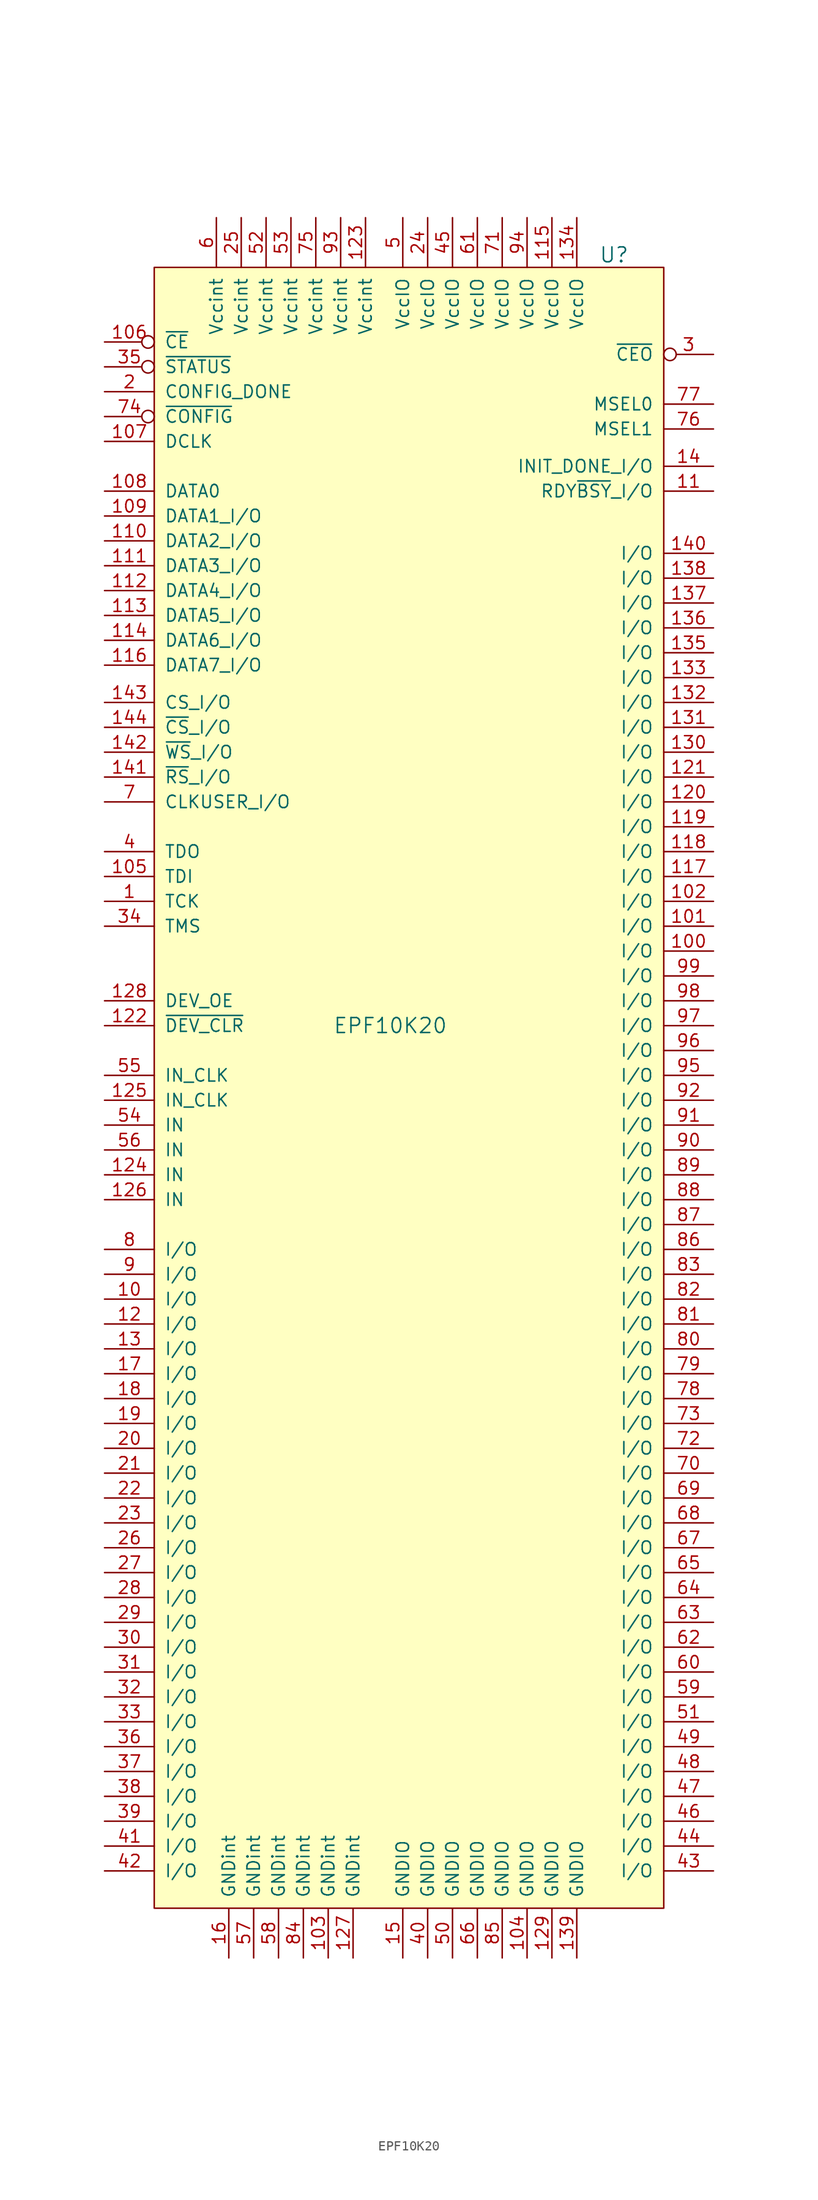
<source format=kicad_sym>
(kicad_symbol_lib
  (version 20220914)
  (generator kicad_symbol_editor)
  (symbol "EPF10K20"
    (pin_names
      (offset 1.016))
    (property "Reference" "U"
      (at 21.59 90.17 0)
      (effects (font (size 1.524 1.524))))
    (property "Value" "EPF10K20"
      (at -1.27 11.43 0)
      (effects (font (size 1.524 1.524))))
    (property "Footprint" ""
      (at -10.16 49.53 0)
      (effects (font (size 1.524 1.524))))
    (property "Datasheet" ""
      (at -10.16 49.53 0)
      (effects (font (size 1.524 1.524))))
    (symbol "EPF10K20_0_1"
      (rectangle (start -25.4 88.9) (end 26.67 -78.74) (stroke (width 0) (type default)) (fill (type background))))
    (symbol "EPF10K20_1_1"
      (pin input line (at -30.48 24.13 0) (length 5.08) (name "TCK" (effects (font (size 1.27 1.27)))) (number "1" (effects (font (size 1.27 1.27)))))
      (pin bidirectional line (at -30.48 -16.51 0) (length 5.08) (name "I/O" (effects (font (size 1.27 1.27)))) (number "10" (effects (font (size 1.27 1.27)))))
      (pin bidirectional line (at 31.75 19.05 180) (length 5.08) (name "I/O" (effects (font (size 1.27 1.27)))) (number "100" (effects (font (size 1.27 1.27)))))
      (pin bidirectional line (at 31.75 21.59 180) (length 5.08) (name "I/O" (effects (font (size 1.27 1.27)))) (number "101" (effects (font (size 1.27 1.27)))))
      (pin bidirectional line (at 31.75 24.13 180) (length 5.08) (name "I/O" (effects (font (size 1.27 1.27)))) (number "102" (effects (font (size 1.27 1.27)))))
      (pin power_in line (at -7.62 -83.82 90) (length 5.08) (name "GNDint" (effects (font (size 1.27 1.27)))) (number "103" (effects (font (size 1.27 1.27)))))
      (pin power_in line (at 12.7 -83.82 90) (length 5.08) (name "GNDIO" (effects (font (size 1.27 1.27)))) (number "104" (effects (font (size 1.27 1.27)))))
      (pin input line (at -30.48 26.67 0) (length 5.08) (name "TDI" (effects (font (size 1.27 1.27)))) (number "105" (effects (font (size 1.27 1.27)))))
      (pin input inverted (at -30.48 81.28 0) (length 5.08) (name "~{CE}" (effects (font (size 1.27 1.27)))) (number "106" (effects (font (size 1.27 1.27)))))
      (pin input line (at -30.48 71.12 0) (length 5.08) (name "DCLK" (effects (font (size 1.27 1.27)))) (number "107" (effects (font (size 1.27 1.27)))))
      (pin input line (at -30.48 66.04 0) (length 5.08) (name "DATA0" (effects (font (size 1.27 1.27)))) (number "108" (effects (font (size 1.27 1.27)))))
      (pin bidirectional line (at -30.48 63.5 0) (length 5.08) (name "DATA1_I/O" (effects (font (size 1.27 1.27)))) (number "109" (effects (font (size 1.27 1.27)))))
      (pin bidirectional line (at 31.75 66.04 180) (length 5.08) (name "RDY~{BSY}_I/O" (effects (font (size 1.27 1.27)))) (number "11" (effects (font (size 1.27 1.27)))))
      (pin bidirectional line (at -30.48 60.96 0) (length 5.08) (name "DATA2_I/O" (effects (font (size 1.27 1.27)))) (number "110" (effects (font (size 1.27 1.27)))))
      (pin bidirectional line (at -30.48 58.42 0) (length 5.08) (name "DATA3_I/O" (effects (font (size 1.27 1.27)))) (number "111" (effects (font (size 1.27 1.27)))))
      (pin bidirectional line (at -30.48 55.88 0) (length 5.08) (name "DATA4_I/O" (effects (font (size 1.27 1.27)))) (number "112" (effects (font (size 1.27 1.27)))))
      (pin bidirectional line (at -30.48 53.34 0) (length 5.08) (name "DATA5_I/O" (effects (font (size 1.27 1.27)))) (number "113" (effects (font (size 1.27 1.27)))))
      (pin bidirectional line (at -30.48 50.8 0) (length 5.08) (name "DATA6_I/O" (effects (font (size 1.27 1.27)))) (number "114" (effects (font (size 1.27 1.27)))))
      (pin power_in line (at 15.24 93.98 270) (length 5.08) (name "VccIO" (effects (font (size 1.27 1.27)))) (number "115" (effects (font (size 1.27 1.27)))))
      (pin bidirectional line (at -30.48 48.26 0) (length 5.08) (name "DATA7_I/O" (effects (font (size 1.27 1.27)))) (number "116" (effects (font (size 1.27 1.27)))))
      (pin bidirectional line (at 31.75 26.67 180) (length 5.08) (name "I/O" (effects (font (size 1.27 1.27)))) (number "117" (effects (font (size 1.27 1.27)))))
      (pin bidirectional line (at 31.75 29.21 180) (length 5.08) (name "I/O" (effects (font (size 1.27 1.27)))) (number "118" (effects (font (size 1.27 1.27)))))
      (pin bidirectional line (at 31.75 31.75 180) (length 5.08) (name "I/O" (effects (font (size 1.27 1.27)))) (number "119" (effects (font (size 1.27 1.27)))))
      (pin bidirectional line (at -30.48 -19.05 0) (length 5.08) (name "I/O" (effects (font (size 1.27 1.27)))) (number "12" (effects (font (size 1.27 1.27)))))
      (pin bidirectional line (at 31.75 34.29 180) (length 5.08) (name "I/O" (effects (font (size 1.27 1.27)))) (number "120" (effects (font (size 1.27 1.27)))))
      (pin bidirectional line (at 31.75 36.83 180) (length 5.08) (name "I/O" (effects (font (size 1.27 1.27)))) (number "121" (effects (font (size 1.27 1.27)))))
      (pin bidirectional line (at -30.48 11.43 0) (length 5.08) (name "~{DEV_CLR}" (effects (font (size 1.27 1.27)))) (number "122" (effects (font (size 1.27 1.27)))))
      (pin power_in line (at -3.81 93.98 270) (length 5.08) (name "Vccint" (effects (font (size 1.27 1.27)))) (number "123" (effects (font (size 1.27 1.27)))))
      (pin input line (at -30.48 -3.81 0) (length 5.08) (name "IN" (effects (font (size 1.27 1.27)))) (number "124" (effects (font (size 1.27 1.27)))))
      (pin input line (at -30.48 3.81 0) (length 5.08) (name "IN_CLK" (effects (font (size 1.27 1.27)))) (number "125" (effects (font (size 1.27 1.27)))))
      (pin input line (at -30.48 -6.35 0) (length 5.08) (name "IN" (effects (font (size 1.27 1.27)))) (number "126" (effects (font (size 1.27 1.27)))))
      (pin power_in line (at -5.08 -83.82 90) (length 5.08) (name "GNDint" (effects (font (size 1.27 1.27)))) (number "127" (effects (font (size 1.27 1.27)))))
      (pin bidirectional line (at -30.48 13.97 0) (length 5.08) (name "DEV_OE" (effects (font (size 1.27 1.27)))) (number "128" (effects (font (size 1.27 1.27)))))
      (pin power_in line (at 15.24 -83.82 90) (length 5.08) (name "GNDIO" (effects (font (size 1.27 1.27)))) (number "129" (effects (font (size 1.27 1.27)))))
      (pin bidirectional line (at -30.48 -21.59 0) (length 5.08) (name "I/O" (effects (font (size 1.27 1.27)))) (number "13" (effects (font (size 1.27 1.27)))))
      (pin bidirectional line (at 31.75 39.37 180) (length 5.08) (name "I/O" (effects (font (size 1.27 1.27)))) (number "130" (effects (font (size 1.27 1.27)))))
      (pin bidirectional line (at 31.75 41.91 180) (length 5.08) (name "I/O" (effects (font (size 1.27 1.27)))) (number "131" (effects (font (size 1.27 1.27)))))
      (pin bidirectional line (at 31.75 44.45 180) (length 5.08) (name "I/O" (effects (font (size 1.27 1.27)))) (number "132" (effects (font (size 1.27 1.27)))))
      (pin bidirectional line (at 31.75 46.99 180) (length 5.08) (name "I/O" (effects (font (size 1.27 1.27)))) (number "133" (effects (font (size 1.27 1.27)))))
      (pin power_in line (at 17.78 93.98 270) (length 5.08) (name "VccIO" (effects (font (size 1.27 1.27)))) (number "134" (effects (font (size 1.27 1.27)))))
      (pin bidirectional line (at 31.75 49.53 180) (length 5.08) (name "I/O" (effects (font (size 1.27 1.27)))) (number "135" (effects (font (size 1.27 1.27)))))
      (pin bidirectional line (at 31.75 52.07 180) (length 5.08) (name "I/O" (effects (font (size 1.27 1.27)))) (number "136" (effects (font (size 1.27 1.27)))))
      (pin bidirectional line (at 31.75 54.61 180) (length 5.08) (name "I/O" (effects (font (size 1.27 1.27)))) (number "137" (effects (font (size 1.27 1.27)))))
      (pin bidirectional line (at 31.75 57.15 180) (length 5.08) (name "I/O" (effects (font (size 1.27 1.27)))) (number "138" (effects (font (size 1.27 1.27)))))
      (pin power_in line (at 17.78 -83.82 90) (length 5.08) (name "GNDIO" (effects (font (size 1.27 1.27)))) (number "139" (effects (font (size 1.27 1.27)))))
      (pin bidirectional line (at 31.75 68.58 180) (length 5.08) (name "INIT_DONE_I/O" (effects (font (size 1.27 1.27)))) (number "14" (effects (font (size 1.27 1.27)))))
      (pin bidirectional line (at 31.75 59.69 180) (length 5.08) (name "I/O" (effects (font (size 1.27 1.27)))) (number "140" (effects (font (size 1.27 1.27)))))
      (pin bidirectional line (at -30.48 36.83 0) (length 5.08) (name "~{RS}_I/O" (effects (font (size 1.27 1.27)))) (number "141" (effects (font (size 1.27 1.27)))))
      (pin bidirectional line (at -30.48 39.37 0) (length 5.08) (name "~{WS}_I/O" (effects (font (size 1.27 1.27)))) (number "142" (effects (font (size 1.27 1.27)))))
      (pin bidirectional line (at -30.48 44.45 0) (length 5.08) (name "CS_I/O" (effects (font (size 1.27 1.27)))) (number "143" (effects (font (size 1.27 1.27)))))
      (pin bidirectional line (at -30.48 41.91 0) (length 5.08) (name "~{CS}_I/O" (effects (font (size 1.27 1.27)))) (number "144" (effects (font (size 1.27 1.27)))))
      (pin power_in line (at 0 -83.82 90) (length 5.08) (name "GNDIO" (effects (font (size 1.27 1.27)))) (number "15" (effects (font (size 1.27 1.27)))))
      (pin power_in line (at -17.78 -83.82 90) (length 5.08) (name "GNDint" (effects (font (size 1.27 1.27)))) (number "16" (effects (font (size 1.27 1.27)))))
      (pin bidirectional line (at -30.48 -24.13 0) (length 5.08) (name "I/O" (effects (font (size 1.27 1.27)))) (number "17" (effects (font (size 1.27 1.27)))))
      (pin bidirectional line (at -30.48 -26.67 0) (length 5.08) (name "I/O" (effects (font (size 1.27 1.27)))) (number "18" (effects (font (size 1.27 1.27)))))
      (pin bidirectional line (at -30.48 -29.21 0) (length 5.08) (name "I/O" (effects (font (size 1.27 1.27)))) (number "19" (effects (font (size 1.27 1.27)))))
      (pin bidirectional line (at -30.48 76.2 0) (length 5.08) (name "CONFIG_DONE" (effects (font (size 1.27 1.27)))) (number "2" (effects (font (size 1.27 1.27)))))
      (pin bidirectional line (at -30.48 -31.75 0) (length 5.08) (name "I/O" (effects (font (size 1.27 1.27)))) (number "20" (effects (font (size 1.27 1.27)))))
      (pin bidirectional line (at -30.48 -34.29 0) (length 5.08) (name "I/O" (effects (font (size 1.27 1.27)))) (number "21" (effects (font (size 1.27 1.27)))))
      (pin bidirectional line (at -30.48 -36.83 0) (length 5.08) (name "I/O" (effects (font (size 1.27 1.27)))) (number "22" (effects (font (size 1.27 1.27)))))
      (pin bidirectional line (at -30.48 -39.37 0) (length 5.08) (name "I/O" (effects (font (size 1.27 1.27)))) (number "23" (effects (font (size 1.27 1.27)))))
      (pin power_in line (at 2.54 93.98 270) (length 5.08) (name "VccIO" (effects (font (size 1.27 1.27)))) (number "24" (effects (font (size 1.27 1.27)))))
      (pin power_in line (at -16.51 93.98 270) (length 5.08) (name "Vccint" (effects (font (size 1.27 1.27)))) (number "25" (effects (font (size 1.27 1.27)))))
      (pin bidirectional line (at -30.48 -41.91 0) (length 5.08) (name "I/O" (effects (font (size 1.27 1.27)))) (number "26" (effects (font (size 1.27 1.27)))))
      (pin bidirectional line (at -30.48 -44.45 0) (length 5.08) (name "I/O" (effects (font (size 1.27 1.27)))) (number "27" (effects (font (size 1.27 1.27)))))
      (pin bidirectional line (at -30.48 -46.99 0) (length 5.08) (name "I/O" (effects (font (size 1.27 1.27)))) (number "28" (effects (font (size 1.27 1.27)))))
      (pin bidirectional line (at -30.48 -49.53 0) (length 5.08) (name "I/O" (effects (font (size 1.27 1.27)))) (number "29" (effects (font (size 1.27 1.27)))))
      (pin output inverted (at 31.75 80.01 180) (length 5.08) (name "~{CEO}" (effects (font (size 1.27 1.27)))) (number "3" (effects (font (size 1.27 1.27)))))
      (pin bidirectional line (at -30.48 -52.07 0) (length 5.08) (name "I/O" (effects (font (size 1.27 1.27)))) (number "30" (effects (font (size 1.27 1.27)))))
      (pin bidirectional line (at -30.48 -54.61 0) (length 5.08) (name "I/O" (effects (font (size 1.27 1.27)))) (number "31" (effects (font (size 1.27 1.27)))))
      (pin bidirectional line (at -30.48 -57.15 0) (length 5.08) (name "I/O" (effects (font (size 1.27 1.27)))) (number "32" (effects (font (size 1.27 1.27)))))
      (pin bidirectional line (at -30.48 -59.69 0) (length 5.08) (name "I/O" (effects (font (size 1.27 1.27)))) (number "33" (effects (font (size 1.27 1.27)))))
      (pin input line (at -30.48 21.59 0) (length 5.08) (name "TMS" (effects (font (size 1.27 1.27)))) (number "34" (effects (font (size 1.27 1.27)))))
      (pin input inverted (at -30.48 78.74 0) (length 5.08) (name "~{STATUS}" (effects (font (size 1.27 1.27)))) (number "35" (effects (font (size 1.27 1.27)))))
      (pin bidirectional line (at -30.48 -62.23 0) (length 5.08) (name "I/O" (effects (font (size 1.27 1.27)))) (number "36" (effects (font (size 1.27 1.27)))))
      (pin bidirectional line (at -30.48 -64.77 0) (length 5.08) (name "I/O" (effects (font (size 1.27 1.27)))) (number "37" (effects (font (size 1.27 1.27)))))
      (pin bidirectional line (at -30.48 -67.31 0) (length 5.08) (name "I/O" (effects (font (size 1.27 1.27)))) (number "38" (effects (font (size 1.27 1.27)))))
      (pin bidirectional line (at -30.48 -69.85 0) (length 5.08) (name "I/O" (effects (font (size 1.27 1.27)))) (number "39" (effects (font (size 1.27 1.27)))))
      (pin output line (at -30.48 29.21 0) (length 5.08) (name "TDO" (effects (font (size 1.27 1.27)))) (number "4" (effects (font (size 1.27 1.27)))))
      (pin power_in line (at 2.54 -83.82 90) (length 5.08) (name "GNDIO" (effects (font (size 1.27 1.27)))) (number "40" (effects (font (size 1.27 1.27)))))
      (pin bidirectional line (at -30.48 -72.39 0) (length 5.08) (name "I/O" (effects (font (size 1.27 1.27)))) (number "41" (effects (font (size 1.27 1.27)))))
      (pin bidirectional line (at -30.48 -74.93 0) (length 5.08) (name "I/O" (effects (font (size 1.27 1.27)))) (number "42" (effects (font (size 1.27 1.27)))))
      (pin bidirectional line (at 31.75 -74.93 180) (length 5.08) (name "I/O" (effects (font (size 1.27 1.27)))) (number "43" (effects (font (size 1.27 1.27)))))
      (pin bidirectional line (at 31.75 -72.39 180) (length 5.08) (name "I/O" (effects (font (size 1.27 1.27)))) (number "44" (effects (font (size 1.27 1.27)))))
      (pin power_in line (at 5.08 93.98 270) (length 5.08) (name "VccIO" (effects (font (size 1.27 1.27)))) (number "45" (effects (font (size 1.27 1.27)))))
      (pin bidirectional line (at 31.75 -69.85 180) (length 5.08) (name "I/O" (effects (font (size 1.27 1.27)))) (number "46" (effects (font (size 1.27 1.27)))))
      (pin bidirectional line (at 31.75 -67.31 180) (length 5.08) (name "I/O" (effects (font (size 1.27 1.27)))) (number "47" (effects (font (size 1.27 1.27)))))
      (pin bidirectional line (at 31.75 -64.77 180) (length 5.08) (name "I/O" (effects (font (size 1.27 1.27)))) (number "48" (effects (font (size 1.27 1.27)))))
      (pin bidirectional line (at 31.75 -62.23 180) (length 5.08) (name "I/O" (effects (font (size 1.27 1.27)))) (number "49" (effects (font (size 1.27 1.27)))))
      (pin power_in line (at 0 93.98 270) (length 5.08) (name "VccIO" (effects (font (size 1.27 1.27)))) (number "5" (effects (font (size 1.27 1.27)))))
      (pin power_in line (at 5.08 -83.82 90) (length 5.08) (name "GNDIO" (effects (font (size 1.27 1.27)))) (number "50" (effects (font (size 1.27 1.27)))))
      (pin bidirectional line (at 31.75 -59.69 180) (length 5.08) (name "I/O" (effects (font (size 1.27 1.27)))) (number "51" (effects (font (size 1.27 1.27)))))
      (pin power_in line (at -13.97 93.98 270) (length 5.08) (name "Vccint" (effects (font (size 1.27 1.27)))) (number "52" (effects (font (size 1.27 1.27)))))
      (pin power_in line (at -11.43 93.98 270) (length 5.08) (name "Vccint" (effects (font (size 1.27 1.27)))) (number "53" (effects (font (size 1.27 1.27)))))
      (pin input line (at -30.48 1.27 0) (length 5.08) (name "IN" (effects (font (size 1.27 1.27)))) (number "54" (effects (font (size 1.27 1.27)))))
      (pin input line (at -30.48 6.35 0) (length 5.08) (name "IN_CLK" (effects (font (size 1.27 1.27)))) (number "55" (effects (font (size 1.27 1.27)))))
      (pin input line (at -30.48 -1.27 0) (length 5.08) (name "IN" (effects (font (size 1.27 1.27)))) (number "56" (effects (font (size 1.27 1.27)))))
      (pin power_in line (at -15.24 -83.82 90) (length 5.08) (name "GNDint" (effects (font (size 1.27 1.27)))) (number "57" (effects (font (size 1.27 1.27)))))
      (pin power_in line (at -12.7 -83.82 90) (length 5.08) (name "GNDint" (effects (font (size 1.27 1.27)))) (number "58" (effects (font (size 1.27 1.27)))))
      (pin bidirectional line (at 31.75 -57.15 180) (length 5.08) (name "I/O" (effects (font (size 1.27 1.27)))) (number "59" (effects (font (size 1.27 1.27)))))
      (pin power_in line (at -19.05 93.98 270) (length 5.08) (name "Vccint" (effects (font (size 1.27 1.27)))) (number "6" (effects (font (size 1.27 1.27)))))
      (pin bidirectional line (at 31.75 -54.61 180) (length 5.08) (name "I/O" (effects (font (size 1.27 1.27)))) (number "60" (effects (font (size 1.27 1.27)))))
      (pin power_in line (at 7.62 93.98 270) (length 5.08) (name "VccIO" (effects (font (size 1.27 1.27)))) (number "61" (effects (font (size 1.27 1.27)))))
      (pin bidirectional line (at 31.75 -52.07 180) (length 5.08) (name "I/O" (effects (font (size 1.27 1.27)))) (number "62" (effects (font (size 1.27 1.27)))))
      (pin bidirectional line (at 31.75 -49.53 180) (length 5.08) (name "I/O" (effects (font (size 1.27 1.27)))) (number "63" (effects (font (size 1.27 1.27)))))
      (pin bidirectional line (at 31.75 -46.99 180) (length 5.08) (name "I/O" (effects (font (size 1.27 1.27)))) (number "64" (effects (font (size 1.27 1.27)))))
      (pin bidirectional line (at 31.75 -44.45 180) (length 5.08) (name "I/O" (effects (font (size 1.27 1.27)))) (number "65" (effects (font (size 1.27 1.27)))))
      (pin power_in line (at 7.62 -83.82 90) (length 5.08) (name "GNDIO" (effects (font (size 1.27 1.27)))) (number "66" (effects (font (size 1.27 1.27)))))
      (pin bidirectional line (at 31.75 -41.91 180) (length 5.08) (name "I/O" (effects (font (size 1.27 1.27)))) (number "67" (effects (font (size 1.27 1.27)))))
      (pin bidirectional line (at 31.75 -39.37 180) (length 5.08) (name "I/O" (effects (font (size 1.27 1.27)))) (number "68" (effects (font (size 1.27 1.27)))))
      (pin bidirectional line (at 31.75 -36.83 180) (length 5.08) (name "I/O" (effects (font (size 1.27 1.27)))) (number "69" (effects (font (size 1.27 1.27)))))
      (pin bidirectional line (at -30.48 34.29 0) (length 5.08) (name "CLKUSER_I/O" (effects (font (size 1.27 1.27)))) (number "7" (effects (font (size 1.27 1.27)))))
      (pin bidirectional line (at 31.75 -34.29 180) (length 5.08) (name "I/O" (effects (font (size 1.27 1.27)))) (number "70" (effects (font (size 1.27 1.27)))))
      (pin power_in line (at 10.16 93.98 270) (length 5.08) (name "VccIO" (effects (font (size 1.27 1.27)))) (number "71" (effects (font (size 1.27 1.27)))))
      (pin bidirectional line (at 31.75 -31.75 180) (length 5.08) (name "I/O" (effects (font (size 1.27 1.27)))) (number "72" (effects (font (size 1.27 1.27)))))
      (pin bidirectional line (at 31.75 -29.21 180) (length 5.08) (name "I/O" (effects (font (size 1.27 1.27)))) (number "73" (effects (font (size 1.27 1.27)))))
      (pin input inverted (at -30.48 73.66 0) (length 5.08) (name "~{CONFIG}" (effects (font (size 1.27 1.27)))) (number "74" (effects (font (size 1.27 1.27)))))
      (pin power_in line (at -8.89 93.98 270) (length 5.08) (name "Vccint" (effects (font (size 1.27 1.27)))) (number "75" (effects (font (size 1.27 1.27)))))
      (pin input line (at 31.75 72.39 180) (length 5.08) (name "MSEL1" (effects (font (size 1.27 1.27)))) (number "76" (effects (font (size 1.27 1.27)))))
      (pin input line (at 31.75 74.93 180) (length 5.08) (name "MSEL0" (effects (font (size 1.27 1.27)))) (number "77" (effects (font (size 1.27 1.27)))))
      (pin bidirectional line (at 31.75 -26.67 180) (length 5.08) (name "I/O" (effects (font (size 1.27 1.27)))) (number "78" (effects (font (size 1.27 1.27)))))
      (pin bidirectional line (at 31.75 -24.13 180) (length 5.08) (name "I/O" (effects (font (size 1.27 1.27)))) (number "79" (effects (font (size 1.27 1.27)))))
      (pin bidirectional line (at -30.48 -11.43 0) (length 5.08) (name "I/O" (effects (font (size 1.27 1.27)))) (number "8" (effects (font (size 1.27 1.27)))))
      (pin bidirectional line (at 31.75 -21.59 180) (length 5.08) (name "I/O" (effects (font (size 1.27 1.27)))) (number "80" (effects (font (size 1.27 1.27)))))
      (pin bidirectional line (at 31.75 -19.05 180) (length 5.08) (name "I/O" (effects (font (size 1.27 1.27)))) (number "81" (effects (font (size 1.27 1.27)))))
      (pin bidirectional line (at 31.75 -16.51 180) (length 5.08) (name "I/O" (effects (font (size 1.27 1.27)))) (number "82" (effects (font (size 1.27 1.27)))))
      (pin bidirectional line (at 31.75 -13.97 180) (length 5.08) (name "I/O" (effects (font (size 1.27 1.27)))) (number "83" (effects (font (size 1.27 1.27)))))
      (pin power_in line (at -10.16 -83.82 90) (length 5.08) (name "GNDint" (effects (font (size 1.27 1.27)))) (number "84" (effects (font (size 1.27 1.27)))))
      (pin power_in line (at 10.16 -83.82 90) (length 5.08) (name "GNDIO" (effects (font (size 1.27 1.27)))) (number "85" (effects (font (size 1.27 1.27)))))
      (pin bidirectional line (at 31.75 -11.43 180) (length 5.08) (name "I/O" (effects (font (size 1.27 1.27)))) (number "86" (effects (font (size 1.27 1.27)))))
      (pin bidirectional line (at 31.75 -8.89 180) (length 5.08) (name "I/O" (effects (font (size 1.27 1.27)))) (number "87" (effects (font (size 1.27 1.27)))))
      (pin bidirectional line (at 31.75 -6.35 180) (length 5.08) (name "I/O" (effects (font (size 1.27 1.27)))) (number "88" (effects (font (size 1.27 1.27)))))
      (pin bidirectional line (at 31.75 -3.81 180) (length 5.08) (name "I/O" (effects (font (size 1.27 1.27)))) (number "89" (effects (font (size 1.27 1.27)))))
      (pin bidirectional line (at -30.48 -13.97 0) (length 5.08) (name "I/O" (effects (font (size 1.27 1.27)))) (number "9" (effects (font (size 1.27 1.27)))))
      (pin bidirectional line (at 31.75 -1.27 180) (length 5.08) (name "I/O" (effects (font (size 1.27 1.27)))) (number "90" (effects (font (size 1.27 1.27)))))
      (pin bidirectional line (at 31.75 1.27 180) (length 5.08) (name "I/O" (effects (font (size 1.27 1.27)))) (number "91" (effects (font (size 1.27 1.27)))))
      (pin bidirectional line (at 31.75 3.81 180) (length 5.08) (name "I/O" (effects (font (size 1.27 1.27)))) (number "92" (effects (font (size 1.27 1.27)))))
      (pin power_in line (at -6.35 93.98 270) (length 5.08) (name "Vccint" (effects (font (size 1.27 1.27)))) (number "93" (effects (font (size 1.27 1.27)))))
      (pin power_in line (at 12.7 93.98 270) (length 5.08) (name "VccIO" (effects (font (size 1.27 1.27)))) (number "94" (effects (font (size 1.27 1.27)))))
      (pin bidirectional line (at 31.75 6.35 180) (length 5.08) (name "I/O" (effects (font (size 1.27 1.27)))) (number "95" (effects (font (size 1.27 1.27)))))
      (pin bidirectional line (at 31.75 8.89 180) (length 5.08) (name "I/O" (effects (font (size 1.27 1.27)))) (number "96" (effects (font (size 1.27 1.27)))))
      (pin bidirectional line (at 31.75 11.43 180) (length 5.08) (name "I/O" (effects (font (size 1.27 1.27)))) (number "97" (effects (font (size 1.27 1.27)))))
      (pin bidirectional line (at 31.75 13.97 180) (length 5.08) (name "I/O" (effects (font (size 1.27 1.27)))) (number "98" (effects (font (size 1.27 1.27)))))
      (pin bidirectional line (at 31.75 16.51 180) (length 5.08) (name "I/O" (effects (font (size 1.27 1.27)))) (number "99" (effects (font (size 1.27 1.27))))))))
</source>
